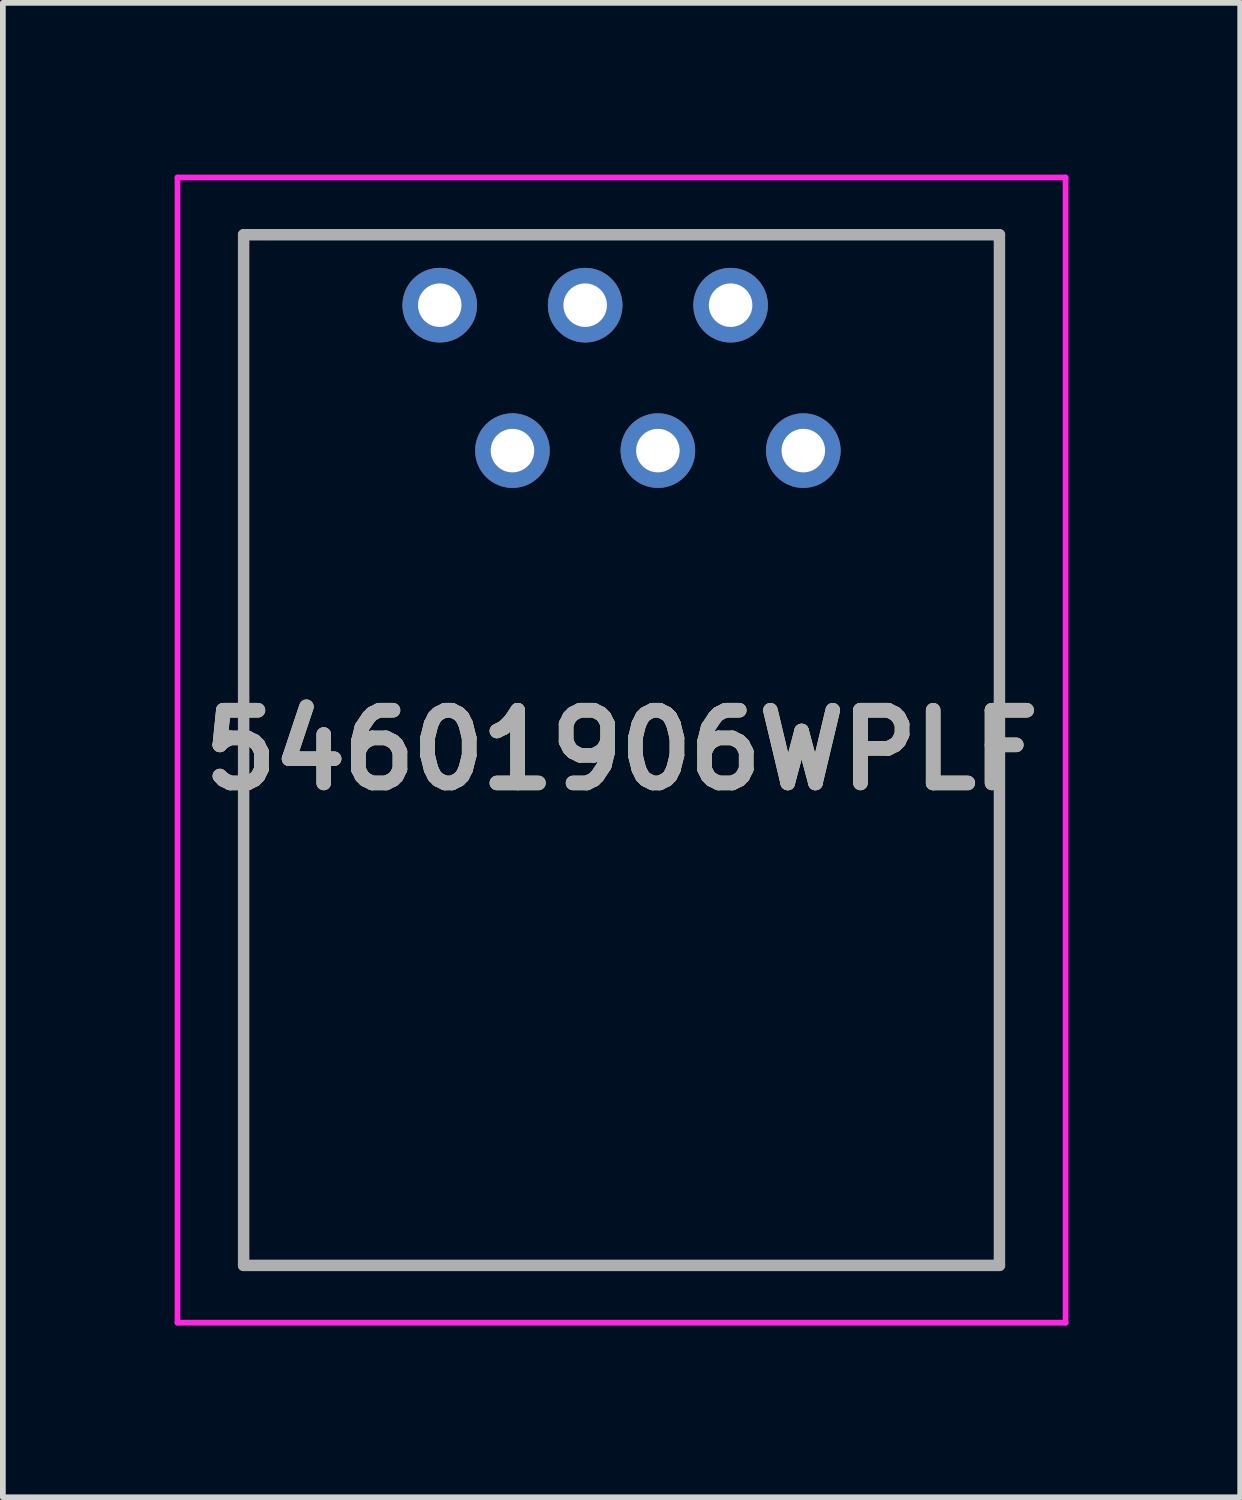
<source format=kicad_pcb>
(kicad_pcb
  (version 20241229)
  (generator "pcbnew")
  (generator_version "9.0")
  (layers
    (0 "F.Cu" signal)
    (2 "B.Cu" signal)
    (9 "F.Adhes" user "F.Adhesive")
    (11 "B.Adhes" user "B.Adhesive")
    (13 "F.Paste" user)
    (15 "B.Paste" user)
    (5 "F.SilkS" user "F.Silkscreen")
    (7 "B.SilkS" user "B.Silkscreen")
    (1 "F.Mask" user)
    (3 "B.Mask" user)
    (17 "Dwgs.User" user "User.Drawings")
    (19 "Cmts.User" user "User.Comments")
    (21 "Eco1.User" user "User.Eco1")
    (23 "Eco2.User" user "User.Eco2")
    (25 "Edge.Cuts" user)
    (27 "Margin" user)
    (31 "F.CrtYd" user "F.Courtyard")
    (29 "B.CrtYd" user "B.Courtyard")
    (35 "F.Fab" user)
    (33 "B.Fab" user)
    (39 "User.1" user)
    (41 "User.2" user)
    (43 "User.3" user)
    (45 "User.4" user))
  (footprint "54601906WPLF"
    (layer "F.Cu")
    (at 4.63 2.28)
    (property "Reference" "54601906WPLF" (at 3.175 7.77 0) (layer "F.SilkS") (effects (font (size 1.27 1.27) (thickness 0.254))))
    (attr through_hole)
    (fp_line (start -3.425 -1.23) (end 9.775 -1.23) (stroke (width 0.1) (type solid)) (layer "F.SilkS"))
    (fp_line (start -3.425 6.89) (end -3.425 -1.23) (stroke (width 0.1) (type solid)) (layer "F.SilkS"))
    (fp_line (start -3.425 10.89) (end -3.425 16.77) (stroke (width 0.1) (type solid)) (layer "F.SilkS"))
    (fp_line (start -3.425 16.77) (end 9.775 16.77) (stroke (width 0.1) (type solid)) (layer "F.SilkS"))
    (fp_line (start 9.775 -1.23) (end 9.775 6.89) (stroke (width 0.1) (type solid)) (layer "F.SilkS"))
    (fp_line (start 9.775 16.77) (end 9.775 10.89) (stroke (width 0.1) (type solid)) (layer "F.SilkS"))
    (fp_line (start -4.58 -2.23) (end 10.93 -2.23) (stroke (width 0.1) (type solid)) (layer "F.CrtYd"))
    (fp_line (start -4.58 17.77) (end -4.58 -2.23) (stroke (width 0.1) (type solid)) (layer "F.CrtYd"))
    (fp_line (start 10.93 -2.23) (end 10.93 17.77) (stroke (width 0.1) (type solid)) (layer "F.CrtYd"))
    (fp_line (start 10.93 17.77) (end -4.58 17.77) (stroke (width 0.1) (type solid)) (layer "F.CrtYd"))
    (fp_line (start -3.425 -1.23) (end 9.775 -1.23) (stroke (width 0.2) (type solid)) (layer "F.Fab"))
    (fp_line (start -3.425 16.77) (end -3.425 -1.23) (stroke (width 0.2) (type solid)) (layer "F.Fab"))
    (fp_line (start 9.775 -1.23) (end 9.775 16.77) (stroke (width 0.2) (type solid)) (layer "F.Fab"))
    (fp_line (start 9.775 16.77) (end -3.425 16.77) (stroke (width 0.2) (type solid)) (layer "F.Fab"))
    (fp_text user "${REFERENCE}" (at 3.175 7.77 0) (layer "F.Fab") (effects (font (size 1.27 1.27) (thickness 0.254))))
    (pad "" np_thru_hole circle (at -1.905 8.89) (size 0.001 0.001) (drill 3.35) (layers "*.Cu" "*.Mask"))
    (pad "" np_thru_hole circle (at 8.255 8.89) (size 0.001 0.001) (drill 3.35) (layers "*.Cu" "*.Mask"))
    (pad "1" thru_hole circle (at 0 0) (size 1.303 1.303) (drill 0.76) (layers "*.Cu" "*.Mask"))
    (pad "2" thru_hole circle (at 1.27 2.54) (size 1.303 1.303) (drill 0.76) (layers "*.Cu" "*.Mask"))
    (pad "3" thru_hole circle (at 2.54 0) (size 1.303 1.303) (drill 0.76) (layers "*.Cu" "*.Mask"))
    (pad "4" thru_hole circle (at 3.81 2.54) (size 1.303 1.303) (drill 0.76) (layers "*.Cu" "*.Mask"))
    (pad "5" thru_hole circle (at 5.08 0) (size 1.303 1.303) (drill 0.76) (layers "*.Cu" "*.Mask"))
    (pad "6" thru_hole circle (at 6.35 2.54) (size 1.303 1.303) (drill 0.76) (layers "*.Cu" "*.Mask")))
  (gr_rect
    (start -3 -3)
    (end 18.61 23.1)
    (stroke (width 0.1) (type default))
    (fill no)
    (layer "Edge.Cuts")))
</source>
